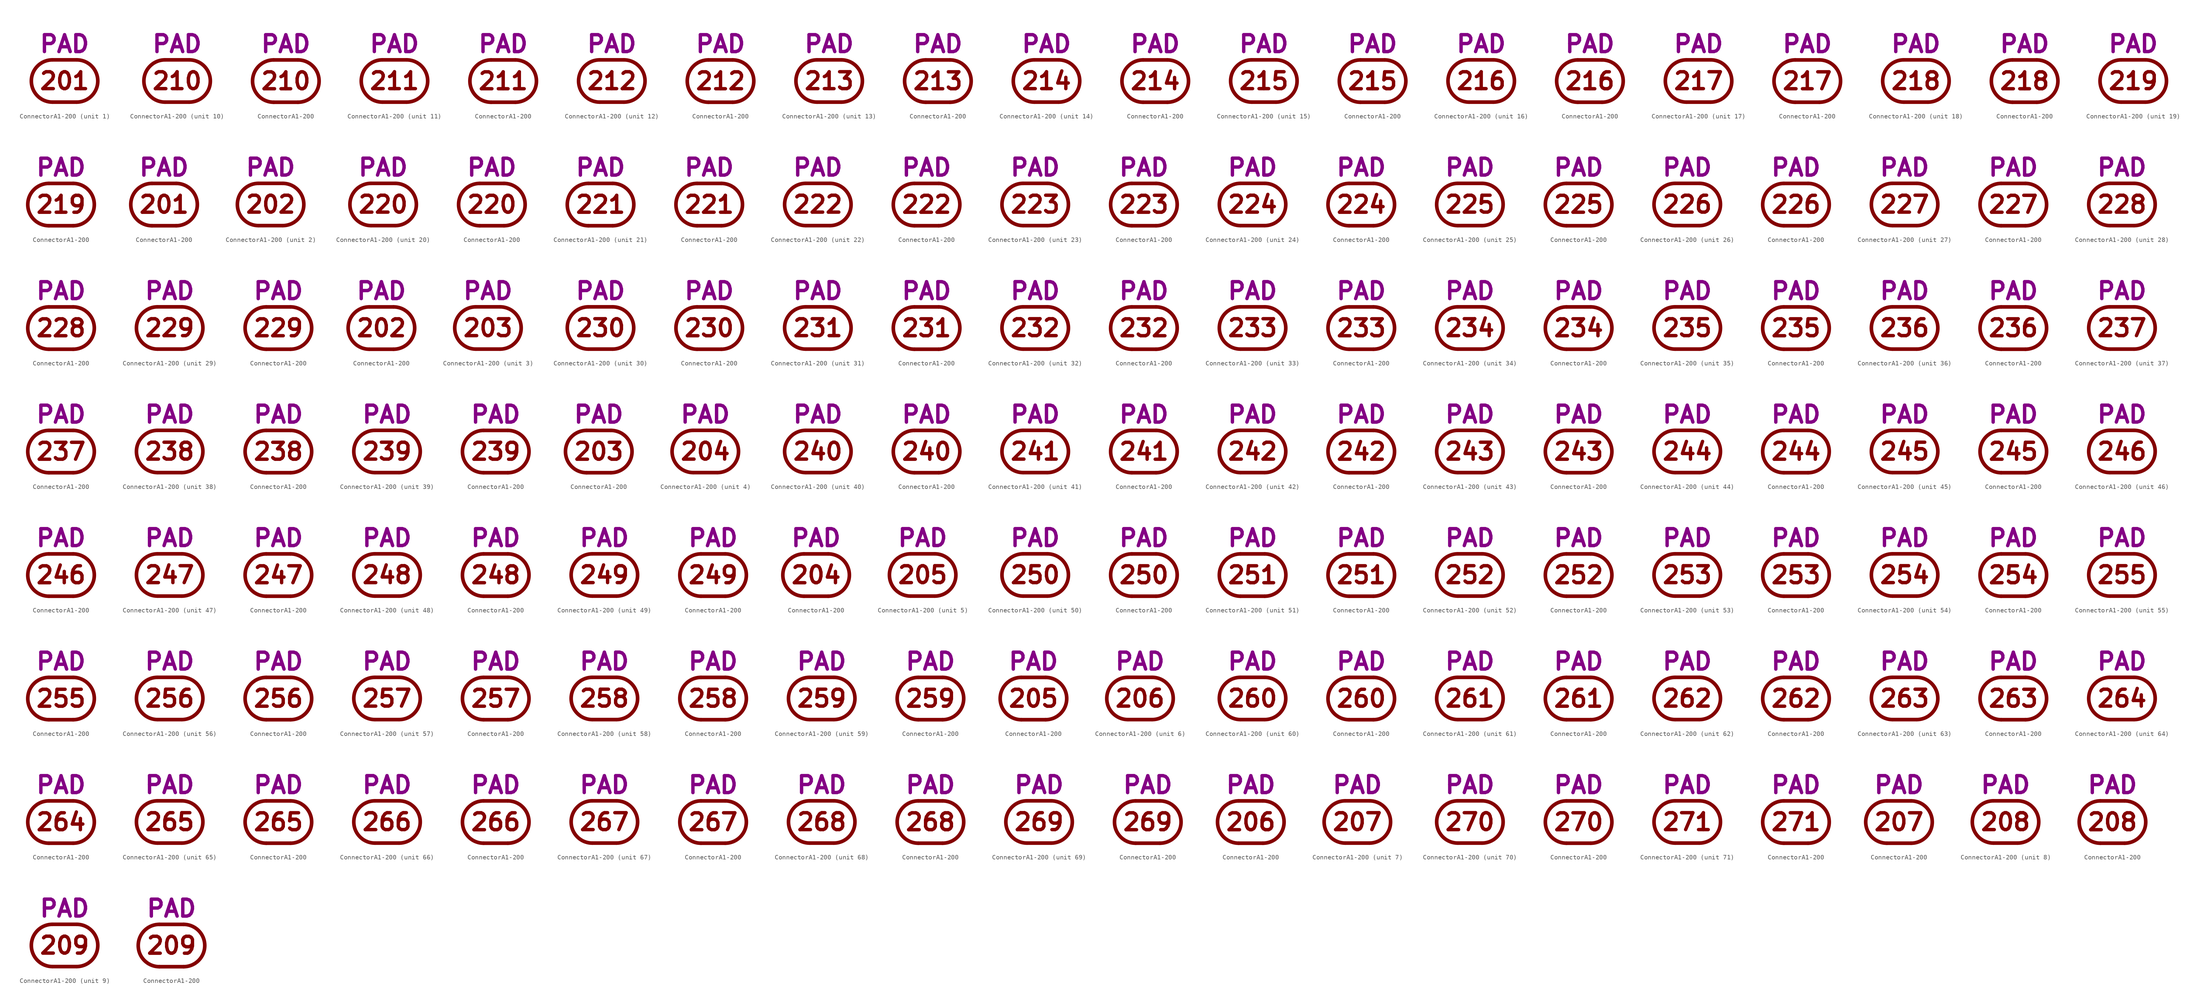
<source format=kicad_sym>
(kicad_symbol_lib
  (version 20211014)
  (generator kicad_symbol_editor)
  (symbol "ConnectorA1-200"
    (pin_numbers hide)
    (pin_names
      (offset 0) hide)
    (property "Reference" "J"
      (at 0 8.255 0)
      (effects (font (size 3.556 3.556)) hide))
    (property "Caption" "PAD"
      (at 0 5.715 0)
      (effects (font (size 3.556 3.556) bold) (justify bottom)))
    (property "ki_locked" ""
      (at 0 0 0)
      (effects (font (size 1.27 1.27))))
    (symbol "ConnectorA1-200_0_0"
      (arc (start -2.54 4.445) (mid -6.985 0) (end -2.54 -4.445) (stroke (width 0.762) (type default) (color 0 0 0 0)) (fill (type none)))
      (polyline (pts (xy -2.54 -4.445) (xy 2.54 -4.445)) (stroke (width 0.762) (type default) (color 0 0 0 0)) (fill (type none)))
      (polyline (pts (xy -2.54 4.445) (xy 2.54 4.445)) (stroke (width 0.762) (type default) (color 0 0 0 0)) (fill (type none)))
      (arc (start 2.54 -4.445) (mid 6.985 0) (end 2.54 4.445) (stroke (width 0.762) (type default) (color 0 0 0 0)) (fill (type none))))
    (symbol "ConnectorA1-200_1_0"
      (text "201" (at 0 0 0) (effects (font (size 3.556 3.556) bold))))
    (symbol "ConnectorA1-200_1_1"
      (pin passive line (at 6.985 0 180) (length 0) (name "201" (effects (font (size 3.556 3.556)))) (number "201" (effects (font (size 3.556 3.556))))))
    (symbol "ConnectorA1-200_1_2"
      (pin passive line (at 0 4.445 270) (length 0) (name "201" (effects (font (size 3.556 3.556)))) (number "201" (effects (font (size 3.556 3.556))))))
    (symbol "ConnectorA1-200_2_0"
      (text "202" (at 0 0 0) (effects (font (size 3.556 3.556) bold))))
    (symbol "ConnectorA1-200_2_1"
      (pin passive line (at 6.985 0 180) (length 0) (name "202" (effects (font (size 3.556 3.556)))) (number "202" (effects (font (size 3.556 3.556))))))
    (symbol "ConnectorA1-200_2_2"
      (pin passive line (at 0 4.445 270) (length 0) (name "202" (effects (font (size 3.556 3.556)))) (number "202" (effects (font (size 3.556 3.556))))))
    (symbol "ConnectorA1-200_3_0"
      (text "203" (at 0 0 0) (effects (font (size 3.556 3.556) bold))))
    (symbol "ConnectorA1-200_3_1"
      (pin passive line (at 6.985 0 180) (length 0) (name "203" (effects (font (size 3.556 3.556)))) (number "203" (effects (font (size 3.556 3.556))))))
    (symbol "ConnectorA1-200_3_2"
      (pin passive line (at 0 4.445 270) (length 0) (name "203" (effects (font (size 3.556 3.556)))) (number "203" (effects (font (size 3.556 3.556))))))
    (symbol "ConnectorA1-200_4_0"
      (text "204" (at 0 0 0) (effects (font (size 3.556 3.556) bold))))
    (symbol "ConnectorA1-200_4_1"
      (pin passive line (at 6.985 0 180) (length 0) (name "204" (effects (font (size 3.556 3.556)))) (number "204" (effects (font (size 3.556 3.556))))))
    (symbol "ConnectorA1-200_4_2"
      (pin passive line (at 0 4.445 270) (length 0) (name "204" (effects (font (size 3.556 3.556)))) (number "204" (effects (font (size 3.556 3.556))))))
    (symbol "ConnectorA1-200_5_0"
      (text "205" (at 0 0 0) (effects (font (size 3.556 3.556) bold))))
    (symbol "ConnectorA1-200_5_1"
      (pin passive line (at 6.985 0 180) (length 0) (name "205" (effects (font (size 3.556 3.556)))) (number "205" (effects (font (size 3.556 3.556))))))
    (symbol "ConnectorA1-200_5_2"
      (pin passive line (at 0 4.445 270) (length 0) (name "205" (effects (font (size 3.556 3.556)))) (number "205" (effects (font (size 3.556 3.556))))))
    (symbol "ConnectorA1-200_6_0"
      (text "206" (at 0 0 0) (effects (font (size 3.556 3.556) bold))))
    (symbol "ConnectorA1-200_6_1"
      (pin passive line (at 6.985 0 180) (length 0) (name "206" (effects (font (size 3.556 3.556)))) (number "206" (effects (font (size 3.556 3.556))))))
    (symbol "ConnectorA1-200_6_2"
      (pin passive line (at 0 4.445 270) (length 0) (name "206" (effects (font (size 3.556 3.556)))) (number "206" (effects (font (size 3.556 3.556))))))
    (symbol "ConnectorA1-200_7_0"
      (text "207" (at 0 0 0) (effects (font (size 3.556 3.556) bold))))
    (symbol "ConnectorA1-200_7_1"
      (pin passive line (at 6.985 0 180) (length 0) (name "207" (effects (font (size 3.556 3.556)))) (number "207" (effects (font (size 3.556 3.556))))))
    (symbol "ConnectorA1-200_7_2"
      (pin passive line (at 0 4.445 270) (length 0) (name "207" (effects (font (size 3.556 3.556)))) (number "207" (effects (font (size 3.556 3.556))))))
    (symbol "ConnectorA1-200_8_0"
      (text "208" (at 0 0 0) (effects (font (size 3.556 3.556) bold))))
    (symbol "ConnectorA1-200_8_1"
      (pin passive line (at 6.985 0 180) (length 0) (name "208" (effects (font (size 3.556 3.556)))) (number "208" (effects (font (size 3.556 3.556))))))
    (symbol "ConnectorA1-200_8_2"
      (pin passive line (at 0 4.445 270) (length 0) (name "208" (effects (font (size 3.556 3.556)))) (number "208" (effects (font (size 3.556 3.556))))))
    (symbol "ConnectorA1-200_9_0"
      (text "209" (at 0 0 0) (effects (font (size 3.556 3.556) bold))))
    (symbol "ConnectorA1-200_9_1"
      (pin passive line (at 6.985 0 180) (length 0) (name "209" (effects (font (size 3.556 3.556)))) (number "209" (effects (font (size 3.556 3.556))))))
    (symbol "ConnectorA1-200_9_2"
      (pin passive line (at 0 4.445 270) (length 0) (name "209" (effects (font (size 3.556 3.556)))) (number "209" (effects (font (size 3.556 3.556))))))
    (symbol "ConnectorA1-200_10_0"
      (text "210" (at 0 0 0) (effects (font (size 3.556 3.556) bold))))
    (symbol "ConnectorA1-200_10_1"
      (pin passive line (at 6.985 0 180) (length 0) (name "210" (effects (font (size 3.556 3.556)))) (number "210" (effects (font (size 3.556 3.556))))))
    (symbol "ConnectorA1-200_10_2"
      (pin passive line (at 0 4.445 270) (length 0) (name "210" (effects (font (size 3.556 3.556)))) (number "210" (effects (font (size 3.556 3.556))))))
    (symbol "ConnectorA1-200_11_0"
      (text "211" (at 0 0 0) (effects (font (size 3.556 3.556) bold))))
    (symbol "ConnectorA1-200_11_1"
      (pin passive line (at 6.985 0 180) (length 0) (name "211" (effects (font (size 3.556 3.556)))) (number "211" (effects (font (size 3.556 3.556))))))
    (symbol "ConnectorA1-200_11_2"
      (pin passive line (at 0 4.445 270) (length 0) (name "211" (effects (font (size 3.556 3.556)))) (number "211" (effects (font (size 3.556 3.556))))))
    (symbol "ConnectorA1-200_12_0"
      (text "212" (at 0 0 0) (effects (font (size 3.556 3.556) bold))))
    (symbol "ConnectorA1-200_12_1"
      (pin passive line (at 6.985 0 180) (length 0) (name "212" (effects (font (size 3.556 3.556)))) (number "212" (effects (font (size 3.556 3.556))))))
    (symbol "ConnectorA1-200_12_2"
      (pin passive line (at 0 4.445 270) (length 0) (name "212" (effects (font (size 3.556 3.556)))) (number "212" (effects (font (size 3.556 3.556))))))
    (symbol "ConnectorA1-200_13_0"
      (text "213" (at 0 0 0) (effects (font (size 3.556 3.556) bold))))
    (symbol "ConnectorA1-200_13_1"
      (pin passive line (at 6.985 0 180) (length 0) (name "213" (effects (font (size 3.556 3.556)))) (number "213" (effects (font (size 3.556 3.556))))))
    (symbol "ConnectorA1-200_13_2"
      (pin passive line (at 0 4.445 270) (length 0) (name "213" (effects (font (size 3.556 3.556)))) (number "213" (effects (font (size 3.556 3.556))))))
    (symbol "ConnectorA1-200_14_0"
      (text "214" (at 0 0 0) (effects (font (size 3.556 3.556) bold))))
    (symbol "ConnectorA1-200_14_1"
      (pin passive line (at 6.985 0 180) (length 0) (name "214" (effects (font (size 3.556 3.556)))) (number "214" (effects (font (size 3.556 3.556))))))
    (symbol "ConnectorA1-200_14_2"
      (pin passive line (at 0 4.445 270) (length 0) (name "214" (effects (font (size 3.556 3.556)))) (number "214" (effects (font (size 3.556 3.556))))))
    (symbol "ConnectorA1-200_15_0"
      (text "215" (at 0 0 0) (effects (font (size 3.556 3.556) bold))))
    (symbol "ConnectorA1-200_15_1"
      (pin passive line (at 6.985 0 180) (length 0) (name "215" (effects (font (size 3.556 3.556)))) (number "215" (effects (font (size 3.556 3.556))))))
    (symbol "ConnectorA1-200_15_2"
      (pin passive line (at 0 4.445 270) (length 0) (name "215" (effects (font (size 3.556 3.556)))) (number "215" (effects (font (size 3.556 3.556))))))
    (symbol "ConnectorA1-200_16_0"
      (text "216" (at 0 0 0) (effects (font (size 3.556 3.556) bold))))
    (symbol "ConnectorA1-200_16_1"
      (pin passive line (at 6.985 0 180) (length 0) (name "216" (effects (font (size 3.556 3.556)))) (number "216" (effects (font (size 3.556 3.556))))))
    (symbol "ConnectorA1-200_16_2"
      (pin passive line (at 0 4.445 270) (length 0) (name "216" (effects (font (size 3.556 3.556)))) (number "216" (effects (font (size 3.556 3.556))))))
    (symbol "ConnectorA1-200_17_0"
      (text "217" (at 0 0 0) (effects (font (size 3.556 3.556) bold))))
    (symbol "ConnectorA1-200_17_1"
      (pin passive line (at 6.985 0 180) (length 0) (name "217" (effects (font (size 3.556 3.556)))) (number "217" (effects (font (size 3.556 3.556))))))
    (symbol "ConnectorA1-200_17_2"
      (pin passive line (at 0 4.445 270) (length 0) (name "217" (effects (font (size 3.556 3.556)))) (number "217" (effects (font (size 3.556 3.556))))))
    (symbol "ConnectorA1-200_18_0"
      (text "218" (at 0 0 0) (effects (font (size 3.556 3.556) bold))))
    (symbol "ConnectorA1-200_18_1"
      (pin passive line (at 6.985 0 180) (length 0) (name "218" (effects (font (size 3.556 3.556)))) (number "218" (effects (font (size 3.556 3.556))))))
    (symbol "ConnectorA1-200_18_2"
      (pin passive line (at 0 4.445 270) (length 0) (name "218" (effects (font (size 3.556 3.556)))) (number "218" (effects (font (size 3.556 3.556))))))
    (symbol "ConnectorA1-200_19_0"
      (text "219" (at 0 0 0) (effects (font (size 3.556 3.556) bold))))
    (symbol "ConnectorA1-200_19_1"
      (pin passive line (at 6.985 0 180) (length 0) (name "219" (effects (font (size 3.556 3.556)))) (number "219" (effects (font (size 3.556 3.556))))))
    (symbol "ConnectorA1-200_19_2"
      (pin passive line (at 0 4.445 270) (length 0) (name "219" (effects (font (size 3.556 3.556)))) (number "219" (effects (font (size 3.556 3.556))))))
    (symbol "ConnectorA1-200_20_0"
      (text "220" (at 0 0 0) (effects (font (size 3.556 3.556) bold))))
    (symbol "ConnectorA1-200_20_1"
      (pin passive line (at 6.985 0 180) (length 0) (name "220" (effects (font (size 3.556 3.556)))) (number "220" (effects (font (size 3.556 3.556))))))
    (symbol "ConnectorA1-200_20_2"
      (pin passive line (at 0 4.445 270) (length 0) (name "220" (effects (font (size 3.556 3.556)))) (number "220" (effects (font (size 3.556 3.556))))))
    (symbol "ConnectorA1-200_21_0"
      (text "221" (at 0 0 0) (effects (font (size 3.556 3.556) bold))))
    (symbol "ConnectorA1-200_22_0"
      (text "222" (at 0 0 0) (effects (font (size 3.556 3.556) bold))))
    (symbol "ConnectorA1-200_22_1"
      (pin passive line (at 6.985 0 180) (length 0) (name "222" (effects (font (size 3.556 3.556)))) (number "222" (effects (font (size 3.556 3.556))))))
    (symbol "ConnectorA1-200_22_2"
      (pin passive line (at 0 4.445 270) (length 0) (name "222" (effects (font (size 3.556 3.556)))) (number "222" (effects (font (size 3.556 3.556))))))
    (symbol "ConnectorA1-200_23_0"
      (text "223" (at 0 0 0) (effects (font (size 3.556 3.556) bold))))
    (symbol "ConnectorA1-200_23_1"
      (pin passive line (at 6.985 0 180) (length 0) (name "223" (effects (font (size 3.556 3.556)))) (number "223" (effects (font (size 3.556 3.556))))))
    (symbol "ConnectorA1-200_23_2"
      (pin passive line (at 0 4.445 270) (length 0) (name "223" (effects (font (size 3.556 3.556)))) (number "223" (effects (font (size 3.556 3.556))))))
    (symbol "ConnectorA1-200_24_0"
      (text "224" (at 0 0 0) (effects (font (size 3.556 3.556) bold))))
    (symbol "ConnectorA1-200_24_1"
      (pin passive line (at 6.985 0 180) (length 0) (name "224" (effects (font (size 3.556 3.556)))) (number "224" (effects (font (size 3.556 3.556))))))
    (symbol "ConnectorA1-200_24_2"
      (pin passive line (at 0 4.445 270) (length 0) (name "224" (effects (font (size 3.556 3.556)))) (number "224" (effects (font (size 3.556 3.556))))))
    (symbol "ConnectorA1-200_25_0"
      (text "225" (at 0 0 0) (effects (font (size 3.556 3.556) bold))))
    (symbol "ConnectorA1-200_25_1"
      (pin passive line (at 6.985 0 180) (length 0) (name "225" (effects (font (size 3.556 3.556)))) (number "225" (effects (font (size 3.556 3.556))))))
    (symbol "ConnectorA1-200_25_2"
      (pin passive line (at 0 4.445 270) (length 0) (name "225" (effects (font (size 3.556 3.556)))) (number "225" (effects (font (size 3.556 3.556))))))
    (symbol "ConnectorA1-200_26_0"
      (text "226" (at 0 0 0) (effects (font (size 3.556 3.556) bold))))
    (symbol "ConnectorA1-200_26_1"
      (pin passive line (at 6.985 0 180) (length 0) (name "226" (effects (font (size 3.556 3.556)))) (number "226" (effects (font (size 3.556 3.556))))))
    (symbol "ConnectorA1-200_26_2"
      (pin passive line (at 0 4.445 270) (length 0) (name "226" (effects (font (size 3.556 3.556)))) (number "226" (effects (font (size 3.556 3.556))))))
    (symbol "ConnectorA1-200_27_0"
      (text "227" (at 0 0 0) (effects (font (size 3.556 3.556) bold))))
    (symbol "ConnectorA1-200_27_1"
      (pin passive line (at 6.985 0 180) (length 0) (name "227" (effects (font (size 3.556 3.556)))) (number "227" (effects (font (size 3.556 3.556))))))
    (symbol "ConnectorA1-200_27_2"
      (pin passive line (at 0 4.445 270) (length 0) (name "227" (effects (font (size 3.556 3.556)))) (number "227" (effects (font (size 3.556 3.556))))))
    (symbol "ConnectorA1-200_28_0"
      (text "228" (at 0 0 0) (effects (font (size 3.556 3.556) bold))))
    (symbol "ConnectorA1-200_28_1"
      (pin passive line (at 6.985 0 180) (length 0) (name "228" (effects (font (size 3.556 3.556)))) (number "228" (effects (font (size 3.556 3.556))))))
    (symbol "ConnectorA1-200_28_2"
      (pin passive line (at 0 4.445 270) (length 0) (name "228" (effects (font (size 3.556 3.556)))) (number "228" (effects (font (size 3.556 3.556))))))
    (symbol "ConnectorA1-200_29_0"
      (text "229" (at 0 0 0) (effects (font (size 3.556 3.556) bold))))
    (symbol "ConnectorA1-200_29_1"
      (pin passive line (at 6.985 0 180) (length 0) (name "229" (effects (font (size 3.556 3.556)))) (number "229" (effects (font (size 3.556 3.556))))))
    (symbol "ConnectorA1-200_29_2"
      (pin passive line (at 0 4.445 270) (length 0) (name "229" (effects (font (size 3.556 3.556)))) (number "229" (effects (font (size 3.556 3.556))))))
    (symbol "ConnectorA1-200_30_0"
      (text "230" (at 0 0 0) (effects (font (size 3.556 3.556) bold))))
    (symbol "ConnectorA1-200_30_1"
      (pin passive line (at 6.985 0 180) (length 0) (name "230" (effects (font (size 3.556 3.556)))) (number "230" (effects (font (size 3.556 3.556))))))
    (symbol "ConnectorA1-200_30_2"
      (pin passive line (at 0 4.445 270) (length 0) (name "230" (effects (font (size 3.556 3.556)))) (number "230" (effects (font (size 3.556 3.556))))))
    (symbol "ConnectorA1-200_31_0"
      (text "231" (at 0 0 0) (effects (font (size 3.556 3.556) bold))))
    (symbol "ConnectorA1-200_31_1"
      (pin passive line (at 6.985 0 180) (length 0) (name "231" (effects (font (size 3.556 3.556)))) (number "231" (effects (font (size 3.556 3.556))))))
    (symbol "ConnectorA1-200_31_2"
      (pin passive line (at 0 4.445 270) (length 0) (name "231" (effects (font (size 3.556 3.556)))) (number "231" (effects (font (size 3.556 3.556))))))
    (symbol "ConnectorA1-200_32_0"
      (text "232" (at 0 0 0) (effects (font (size 3.556 3.556) bold))))
    (symbol "ConnectorA1-200_32_1"
      (pin passive line (at 6.985 0 180) (length 0) (name "232" (effects (font (size 3.556 3.556)))) (number "232" (effects (font (size 3.556 3.556))))))
    (symbol "ConnectorA1-200_32_2"
      (pin passive line (at 0 4.445 270) (length 0) (name "232" (effects (font (size 3.556 3.556)))) (number "232" (effects (font (size 3.556 3.556))))))
    (symbol "ConnectorA1-200_33_0"
      (text "233" (at 0 0 0) (effects (font (size 3.556 3.556) bold))))
    (symbol "ConnectorA1-200_33_1"
      (pin passive line (at 6.985 0 180) (length 0) (name "233" (effects (font (size 3.556 3.556)))) (number "233" (effects (font (size 3.556 3.556))))))
    (symbol "ConnectorA1-200_33_2"
      (pin passive line (at 0 4.445 270) (length 0) (name "233" (effects (font (size 3.556 3.556)))) (number "233" (effects (font (size 3.556 3.556))))))
    (symbol "ConnectorA1-200_34_0"
      (text "234" (at 0 0 0) (effects (font (size 3.556 3.556) bold))))
    (symbol "ConnectorA1-200_34_1"
      (pin passive line (at 6.985 0 180) (length 0) (name "234" (effects (font (size 3.556 3.556)))) (number "234" (effects (font (size 3.556 3.556))))))
    (symbol "ConnectorA1-200_34_2"
      (pin passive line (at 0 4.445 270) (length 0) (name "234" (effects (font (size 3.556 3.556)))) (number "234" (effects (font (size 3.556 3.556))))))
    (symbol "ConnectorA1-200_35_0"
      (text "235" (at 0 0 0) (effects (font (size 3.556 3.556) bold))))
    (symbol "ConnectorA1-200_35_1"
      (pin passive line (at 6.985 0 180) (length 0) (name "235" (effects (font (size 3.556 3.556)))) (number "235" (effects (font (size 3.556 3.556))))))
    (symbol "ConnectorA1-200_35_2"
      (pin passive line (at 0 4.445 270) (length 0) (name "235" (effects (font (size 3.556 3.556)))) (number "235" (effects (font (size 3.556 3.556))))))
    (symbol "ConnectorA1-200_36_0"
      (text "236" (at 0 0 0) (effects (font (size 3.556 3.556) bold))))
    (symbol "ConnectorA1-200_36_1"
      (pin passive line (at 6.985 0 180) (length 0) (name "236" (effects (font (size 3.556 3.556)))) (number "236" (effects (font (size 3.556 3.556))))))
    (symbol "ConnectorA1-200_36_2"
      (pin passive line (at 0 4.445 270) (length 0) (name "236" (effects (font (size 3.556 3.556)))) (number "236" (effects (font (size 3.556 3.556))))))
    (symbol "ConnectorA1-200_37_0"
      (text "237" (at 0 0 0) (effects (font (size 3.556 3.556) bold))))
    (symbol "ConnectorA1-200_37_1"
      (pin passive line (at 6.985 0 180) (length 0) (name "237" (effects (font (size 3.556 3.556)))) (number "237" (effects (font (size 3.556 3.556))))))
    (symbol "ConnectorA1-200_37_2"
      (pin passive line (at 0 4.445 270) (length 0) (name "237" (effects (font (size 3.556 3.556)))) (number "237" (effects (font (size 3.556 3.556))))))
    (symbol "ConnectorA1-200_38_0"
      (text "238" (at 0 0 0) (effects (font (size 3.556 3.556) bold))))
    (symbol "ConnectorA1-200_38_1"
      (pin passive line (at 6.985 0 180) (length 0) (name "238" (effects (font (size 3.556 3.556)))) (number "238" (effects (font (size 3.556 3.556))))))
    (symbol "ConnectorA1-200_38_2"
      (pin passive line (at 0 4.445 270) (length 0) (name "238" (effects (font (size 3.556 3.556)))) (number "238" (effects (font (size 3.556 3.556))))))
    (symbol "ConnectorA1-200_39_0"
      (text "239" (at 0 0 0) (effects (font (size 3.556 3.556) bold))))
    (symbol "ConnectorA1-200_39_1"
      (pin passive line (at 6.985 0 180) (length 0) (name "239" (effects (font (size 3.556 3.556)))) (number "239" (effects (font (size 3.556 3.556))))))
    (symbol "ConnectorA1-200_39_2"
      (pin passive line (at 0 4.445 270) (length 0) (name "239" (effects (font (size 3.556 3.556)))) (number "239" (effects (font (size 3.556 3.556))))))
    (symbol "ConnectorA1-200_40_0"
      (text "240" (at 0 0 0) (effects (font (size 3.556 3.556) bold))))
    (symbol "ConnectorA1-200_40_1"
      (pin passive line (at 6.985 0 180) (length 0) (name "240" (effects (font (size 3.556 3.556)))) (number "240" (effects (font (size 3.556 3.556))))))
    (symbol "ConnectorA1-200_40_2"
      (pin passive line (at 0 4.445 270) (length 0) (name "240" (effects (font (size 3.556 3.556)))) (number "240" (effects (font (size 3.556 3.556))))))
    (symbol "ConnectorA1-200_41_0"
      (text "241" (at 0 0 0) (effects (font (size 3.556 3.556) bold))))
    (symbol "ConnectorA1-200_41_1"
      (pin passive line (at 6.985 0 180) (length 0) (name "241" (effects (font (size 3.556 3.556)))) (number "241" (effects (font (size 3.556 3.556))))))
    (symbol "ConnectorA1-200_41_2"
      (pin passive line (at 0 4.445 270) (length 0) (name "241" (effects (font (size 3.556 3.556)))) (number "241" (effects (font (size 3.556 3.556))))))
    (symbol "ConnectorA1-200_42_0"
      (text "242" (at 0 0 0) (effects (font (size 3.556 3.556) bold))))
    (symbol "ConnectorA1-200_42_1"
      (pin passive line (at 6.985 0 180) (length 0) (name "242" (effects (font (size 3.556 3.556)))) (number "242" (effects (font (size 3.556 3.556))))))
    (symbol "ConnectorA1-200_42_2"
      (pin passive line (at 0 4.445 270) (length 0) (name "242" (effects (font (size 3.556 3.556)))) (number "242" (effects (font (size 3.556 3.556))))))
    (symbol "ConnectorA1-200_43_0"
      (text "243" (at 0 0 0) (effects (font (size 3.556 3.556) bold))))
    (symbol "ConnectorA1-200_43_1"
      (pin passive line (at 6.985 0 180) (length 0) (name "243" (effects (font (size 3.556 3.556)))) (number "243" (effects (font (size 3.556 3.556))))))
    (symbol "ConnectorA1-200_43_2"
      (pin passive line (at 0 4.445 270) (length 0) (name "243" (effects (font (size 3.556 3.556)))) (number "243" (effects (font (size 3.556 3.556))))))
    (symbol "ConnectorA1-200_44_0"
      (text "244" (at 0 0 0) (effects (font (size 3.556 3.556) bold))))
    (symbol "ConnectorA1-200_44_1"
      (pin passive line (at 6.985 0 180) (length 0) (name "244" (effects (font (size 3.556 3.556)))) (number "244" (effects (font (size 3.556 3.556))))))
    (symbol "ConnectorA1-200_44_2"
      (pin passive line (at 0 4.445 270) (length 0) (name "244" (effects (font (size 3.556 3.556)))) (number "244" (effects (font (size 3.556 3.556))))))
    (symbol "ConnectorA1-200_45_0"
      (text "245" (at 0 0 0) (effects (font (size 3.556 3.556) bold))))
    (symbol "ConnectorA1-200_45_1"
      (pin passive line (at 6.985 0 180) (length 0) (name "245" (effects (font (size 3.556 3.556)))) (number "245" (effects (font (size 3.556 3.556))))))
    (symbol "ConnectorA1-200_45_2"
      (pin passive line (at 0 4.445 270) (length 0) (name "245" (effects (font (size 3.556 3.556)))) (number "245" (effects (font (size 3.556 3.556))))))
    (symbol "ConnectorA1-200_46_0"
      (text "246" (at 0 0 0) (effects (font (size 3.556 3.556) bold))))
    (symbol "ConnectorA1-200_46_1"
      (pin passive line (at 6.985 0 180) (length 0) (name "246" (effects (font (size 3.556 3.556)))) (number "246" (effects (font (size 3.556 3.556))))))
    (symbol "ConnectorA1-200_46_2"
      (pin passive line (at 0 4.445 270) (length 0) (name "246" (effects (font (size 3.556 3.556)))) (number "246" (effects (font (size 3.556 3.556))))))
    (symbol "ConnectorA1-200_47_0"
      (text "247" (at 0 0 0) (effects (font (size 3.556 3.556) bold))))
    (symbol "ConnectorA1-200_47_1"
      (pin passive line (at 6.985 0 180) (length 0) (name "247" (effects (font (size 3.556 3.556)))) (number "247" (effects (font (size 3.556 3.556))))))
    (symbol "ConnectorA1-200_47_2"
      (pin passive line (at 0 4.445 270) (length 0) (name "247" (effects (font (size 3.556 3.556)))) (number "247" (effects (font (size 3.556 3.556))))))
    (symbol "ConnectorA1-200_48_0"
      (text "248" (at 0 0 0) (effects (font (size 3.556 3.556) bold))))
    (symbol "ConnectorA1-200_48_1"
      (pin passive line (at 6.985 0 180) (length 0) (name "248" (effects (font (size 3.556 3.556)))) (number "248" (effects (font (size 3.556 3.556))))))
    (symbol "ConnectorA1-200_48_2"
      (pin passive line (at 0 4.445 270) (length 0) (name "248" (effects (font (size 3.556 3.556)))) (number "248" (effects (font (size 3.556 3.556))))))
    (symbol "ConnectorA1-200_49_0"
      (text "249" (at 0 0 0) (effects (font (size 3.556 3.556) bold))))
    (symbol "ConnectorA1-200_49_1"
      (pin passive line (at 6.985 0 180) (length 0) (name "249" (effects (font (size 3.556 3.556)))) (number "249" (effects (font (size 3.556 3.556))))))
    (symbol "ConnectorA1-200_49_2"
      (pin passive line (at 0 4.445 270) (length 0) (name "249" (effects (font (size 3.556 3.556)))) (number "249" (effects (font (size 3.556 3.556))))))
    (symbol "ConnectorA1-200_50_0"
      (text "250" (at 0 0 0) (effects (font (size 3.556 3.556) bold))))
    (symbol "ConnectorA1-200_50_1"
      (pin passive line (at 6.985 0 180) (length 0) (name "250" (effects (font (size 3.556 3.556)))) (number "250" (effects (font (size 3.556 3.556))))))
    (symbol "ConnectorA1-200_50_2"
      (pin passive line (at 0 4.445 270) (length 0) (name "250" (effects (font (size 3.556 3.556)))) (number "250" (effects (font (size 3.556 3.556))))))
    (symbol "ConnectorA1-200_51_0"
      (text "251" (at 0 0 0) (effects (font (size 3.556 3.556) bold))))
    (symbol "ConnectorA1-200_52_0"
      (text "252" (at 0 0 0) (effects (font (size 3.556 3.556) bold))))
    (symbol "ConnectorA1-200_52_1"
      (pin passive line (at 6.985 0 180) (length 0) (name "252" (effects (font (size 3.556 3.556)))) (number "252" (effects (font (size 3.556 3.556))))))
    (symbol "ConnectorA1-200_52_2"
      (pin passive line (at 0 4.445 270) (length 0) (name "252" (effects (font (size 3.556 3.556)))) (number "252" (effects (font (size 3.556 3.556))))))
    (symbol "ConnectorA1-200_53_0"
      (text "253" (at 0 0 0) (effects (font (size 3.556 3.556) bold))))
    (symbol "ConnectorA1-200_53_1"
      (pin passive line (at 6.985 0 180) (length 0) (name "253" (effects (font (size 3.556 3.556)))) (number "253" (effects (font (size 3.556 3.556))))))
    (symbol "ConnectorA1-200_53_2"
      (pin passive line (at 0 4.445 270) (length 0) (name "253" (effects (font (size 3.556 3.556)))) (number "253" (effects (font (size 3.556 3.556))))))
    (symbol "ConnectorA1-200_54_0"
      (text "254" (at 0 0 0) (effects (font (size 3.556 3.556) bold))))
    (symbol "ConnectorA1-200_54_1"
      (pin passive line (at 6.985 0 180) (length 0) (name "254" (effects (font (size 3.556 3.556)))) (number "254" (effects (font (size 3.556 3.556))))))
    (symbol "ConnectorA1-200_54_2"
      (pin passive line (at 0 4.445 270) (length 0) (name "254" (effects (font (size 3.556 3.556)))) (number "254" (effects (font (size 3.556 3.556))))))
    (symbol "ConnectorA1-200_55_0"
      (text "255" (at 0 0 0) (effects (font (size 3.556 3.556) bold))))
    (symbol "ConnectorA1-200_55_1"
      (pin passive line (at 6.985 0 180) (length 0) (name "255" (effects (font (size 3.556 3.556)))) (number "255" (effects (font (size 3.556 3.556))))))
    (symbol "ConnectorA1-200_55_2"
      (pin passive line (at 0 4.445 270) (length 0) (name "255" (effects (font (size 3.556 3.556)))) (number "255" (effects (font (size 3.556 3.556))))))
    (symbol "ConnectorA1-200_56_0"
      (text "256" (at 0 0 0) (effects (font (size 3.556 3.556) bold))))
    (symbol "ConnectorA1-200_56_1"
      (pin passive line (at 6.985 0 180) (length 0) (name "256" (effects (font (size 3.556 3.556)))) (number "256" (effects (font (size 3.556 3.556))))))
    (symbol "ConnectorA1-200_56_2"
      (pin passive line (at 0 4.445 270) (length 0) (name "256" (effects (font (size 3.556 3.556)))) (number "256" (effects (font (size 3.556 3.556))))))
    (symbol "ConnectorA1-200_57_0"
      (text "257" (at 0 0 0) (effects (font (size 3.556 3.556) bold))))
    (symbol "ConnectorA1-200_57_1"
      (pin passive line (at 6.985 0 180) (length 0) (name "257" (effects (font (size 3.556 3.556)))) (number "257" (effects (font (size 3.556 3.556))))))
    (symbol "ConnectorA1-200_57_2"
      (pin passive line (at 0 4.445 270) (length 0) (name "257" (effects (font (size 3.556 3.556)))) (number "257" (effects (font (size 3.556 3.556))))))
    (symbol "ConnectorA1-200_58_0"
      (text "258" (at 0 0 0) (effects (font (size 3.556 3.556) bold))))
    (symbol "ConnectorA1-200_58_1"
      (pin passive line (at 6.985 0 180) (length 0) (name "258" (effects (font (size 3.556 3.556)))) (number "258" (effects (font (size 3.556 3.556))))))
    (symbol "ConnectorA1-200_58_2"
      (pin passive line (at 0 4.445 270) (length 0) (name "258" (effects (font (size 3.556 3.556)))) (number "258" (effects (font (size 3.556 3.556))))))
    (symbol "ConnectorA1-200_59_0"
      (text "259" (at 0 0 0) (effects (font (size 3.556 3.556) bold))))
    (symbol "ConnectorA1-200_59_1"
      (pin passive line (at 6.985 0 180) (length 0) (name "259" (effects (font (size 3.556 3.556)))) (number "259" (effects (font (size 3.556 3.556))))))
    (symbol "ConnectorA1-200_59_2"
      (pin passive line (at 0 4.445 270) (length 0) (name "259" (effects (font (size 3.556 3.556)))) (number "259" (effects (font (size 3.556 3.556))))))
    (symbol "ConnectorA1-200_60_0"
      (text "260" (at 0 0 0) (effects (font (size 3.556 3.556) bold))))
    (symbol "ConnectorA1-200_60_1"
      (pin passive line (at 6.985 0 180) (length 0) (name "260" (effects (font (size 3.556 3.556)))) (number "260" (effects (font (size 3.556 3.556))))))
    (symbol "ConnectorA1-200_60_2"
      (pin passive line (at 0 4.445 270) (length 0) (name "260" (effects (font (size 3.556 3.556)))) (number "260" (effects (font (size 3.556 3.556))))))
    (symbol "ConnectorA1-200_61_0"
      (text "261" (at 0 0 0) (effects (font (size 3.556 3.556) bold))))
    (symbol "ConnectorA1-200_61_1"
      (pin passive line (at 6.985 0 180) (length 0) (name "261" (effects (font (size 3.556 3.556)))) (number "261" (effects (font (size 3.556 3.556))))))
    (symbol "ConnectorA1-200_61_2"
      (pin passive line (at 0 4.445 270) (length 0) (name "261" (effects (font (size 3.556 3.556)))) (number "261" (effects (font (size 3.556 3.556))))))
    (symbol "ConnectorA1-200_62_0"
      (text "262" (at 0 0 0) (effects (font (size 3.556 3.556) bold))))
    (symbol "ConnectorA1-200_62_1"
      (pin passive line (at 6.985 0 180) (length 0) (name "262" (effects (font (size 3.556 3.556)))) (number "262" (effects (font (size 3.556 3.556))))))
    (symbol "ConnectorA1-200_62_2"
      (pin passive line (at 0 4.445 270) (length 0) (name "262" (effects (font (size 3.556 3.556)))) (number "262" (effects (font (size 3.556 3.556))))))
    (symbol "ConnectorA1-200_63_0"
      (text "263" (at 0 0 0) (effects (font (size 3.556 3.556) bold))))
    (symbol "ConnectorA1-200_63_1"
      (pin passive line (at 6.985 0 180) (length 0) (name "263" (effects (font (size 3.556 3.556)))) (number "263" (effects (font (size 3.556 3.556))))))
    (symbol "ConnectorA1-200_63_2"
      (pin passive line (at 0 4.445 270) (length 0) (name "263" (effects (font (size 3.556 3.556)))) (number "263" (effects (font (size 3.556 3.556))))))
    (symbol "ConnectorA1-200_64_0"
      (text "264" (at 0 0 0) (effects (font (size 3.556 3.556) bold))))
    (symbol "ConnectorA1-200_64_1"
      (pin passive line (at 6.985 0 180) (length 0) (name "264" (effects (font (size 3.556 3.556)))) (number "264" (effects (font (size 3.556 3.556))))))
    (symbol "ConnectorA1-200_64_2"
      (pin passive line (at 0 4.445 270) (length 0) (name "264" (effects (font (size 3.556 3.556)))) (number "264" (effects (font (size 3.556 3.556))))))
    (symbol "ConnectorA1-200_65_0"
      (text "265" (at 0 0 0) (effects (font (size 3.556 3.556) bold))))
    (symbol "ConnectorA1-200_65_1"
      (pin passive line (at 6.985 0 180) (length 0) (name "265" (effects (font (size 3.556 3.556)))) (number "265" (effects (font (size 3.556 3.556))))))
    (symbol "ConnectorA1-200_65_2"
      (pin passive line (at 0 4.445 270) (length 0) (name "265" (effects (font (size 3.556 3.556)))) (number "265" (effects (font (size 3.556 3.556))))))
    (symbol "ConnectorA1-200_66_0"
      (text "266" (at 0 0 0) (effects (font (size 3.556 3.556) bold))))
    (symbol "ConnectorA1-200_66_1"
      (pin passive line (at 6.985 0 180) (length 0) (name "266" (effects (font (size 3.556 3.556)))) (number "266" (effects (font (size 3.556 3.556))))))
    (symbol "ConnectorA1-200_66_2"
      (pin passive line (at 0 4.445 270) (length 0) (name "266" (effects (font (size 3.556 3.556)))) (number "266" (effects (font (size 3.556 3.556))))))
    (symbol "ConnectorA1-200_67_0"
      (text "267" (at 0 0 0) (effects (font (size 3.556 3.556) bold))))
    (symbol "ConnectorA1-200_67_1"
      (pin passive line (at 6.985 0 180) (length 0) (name "267" (effects (font (size 3.556 3.556)))) (number "267" (effects (font (size 3.556 3.556))))))
    (symbol "ConnectorA1-200_67_2"
      (pin passive line (at 0 4.445 270) (length 0) (name "267" (effects (font (size 3.556 3.556)))) (number "267" (effects (font (size 3.556 3.556))))))
    (symbol "ConnectorA1-200_68_0"
      (text "268" (at 0 0 0) (effects (font (size 3.556 3.556) bold))))
    (symbol "ConnectorA1-200_68_1"
      (pin passive line (at 6.985 0 180) (length 0) (name "268" (effects (font (size 3.556 3.556)))) (number "268" (effects (font (size 3.556 3.556))))))
    (symbol "ConnectorA1-200_68_2"
      (pin passive line (at 0 4.445 270) (length 0) (name "268" (effects (font (size 3.556 3.556)))) (number "268" (effects (font (size 3.556 3.556))))))
    (symbol "ConnectorA1-200_69_0"
      (text "269" (at 0 0 0) (effects (font (size 3.556 3.556) bold))))
    (symbol "ConnectorA1-200_69_1"
      (pin passive line (at 6.985 0 180) (length 0) (name "269" (effects (font (size 3.556 3.556)))) (number "269" (effects (font (size 3.556 3.556))))))
    (symbol "ConnectorA1-200_69_2"
      (pin passive line (at 0 4.445 270) (length 0) (name "269" (effects (font (size 3.556 3.556)))) (number "269" (effects (font (size 3.556 3.556))))))
    (symbol "ConnectorA1-200_70_0"
      (text "270" (at 0 0 0) (effects (font (size 3.556 3.556) bold))))
    (symbol "ConnectorA1-200_70_1"
      (pin passive line (at 6.985 0 180) (length 0) (name "270" (effects (font (size 3.556 3.556)))) (number "270" (effects (font (size 3.556 3.556))))))
    (symbol "ConnectorA1-200_70_2"
      (pin passive line (at 0 4.445 270) (length 0) (name "270" (effects (font (size 3.556 3.556)))) (number "270" (effects (font (size 3.556 3.556))))))
    (symbol "ConnectorA1-200_71_0"
      (text "271" (at 0 0 0) (effects (font (size 3.556 3.556) bold))))
    (symbol "ConnectorA1-200_71_1"
      (pin passive line (at 6.985 0 180) (length 0) (name "271" (effects (font (size 3.556 3.556)))) (number "271" (effects (font (size 3.556 3.556))))))
    (symbol "ConnectorA1-200_71_2"
      (pin passive line (at 0 4.445 270) (length 0) (name "271" (effects (font (size 3.556 3.556)))) (number "271" (effects (font (size 3.556 3.556))))))))
</source>
